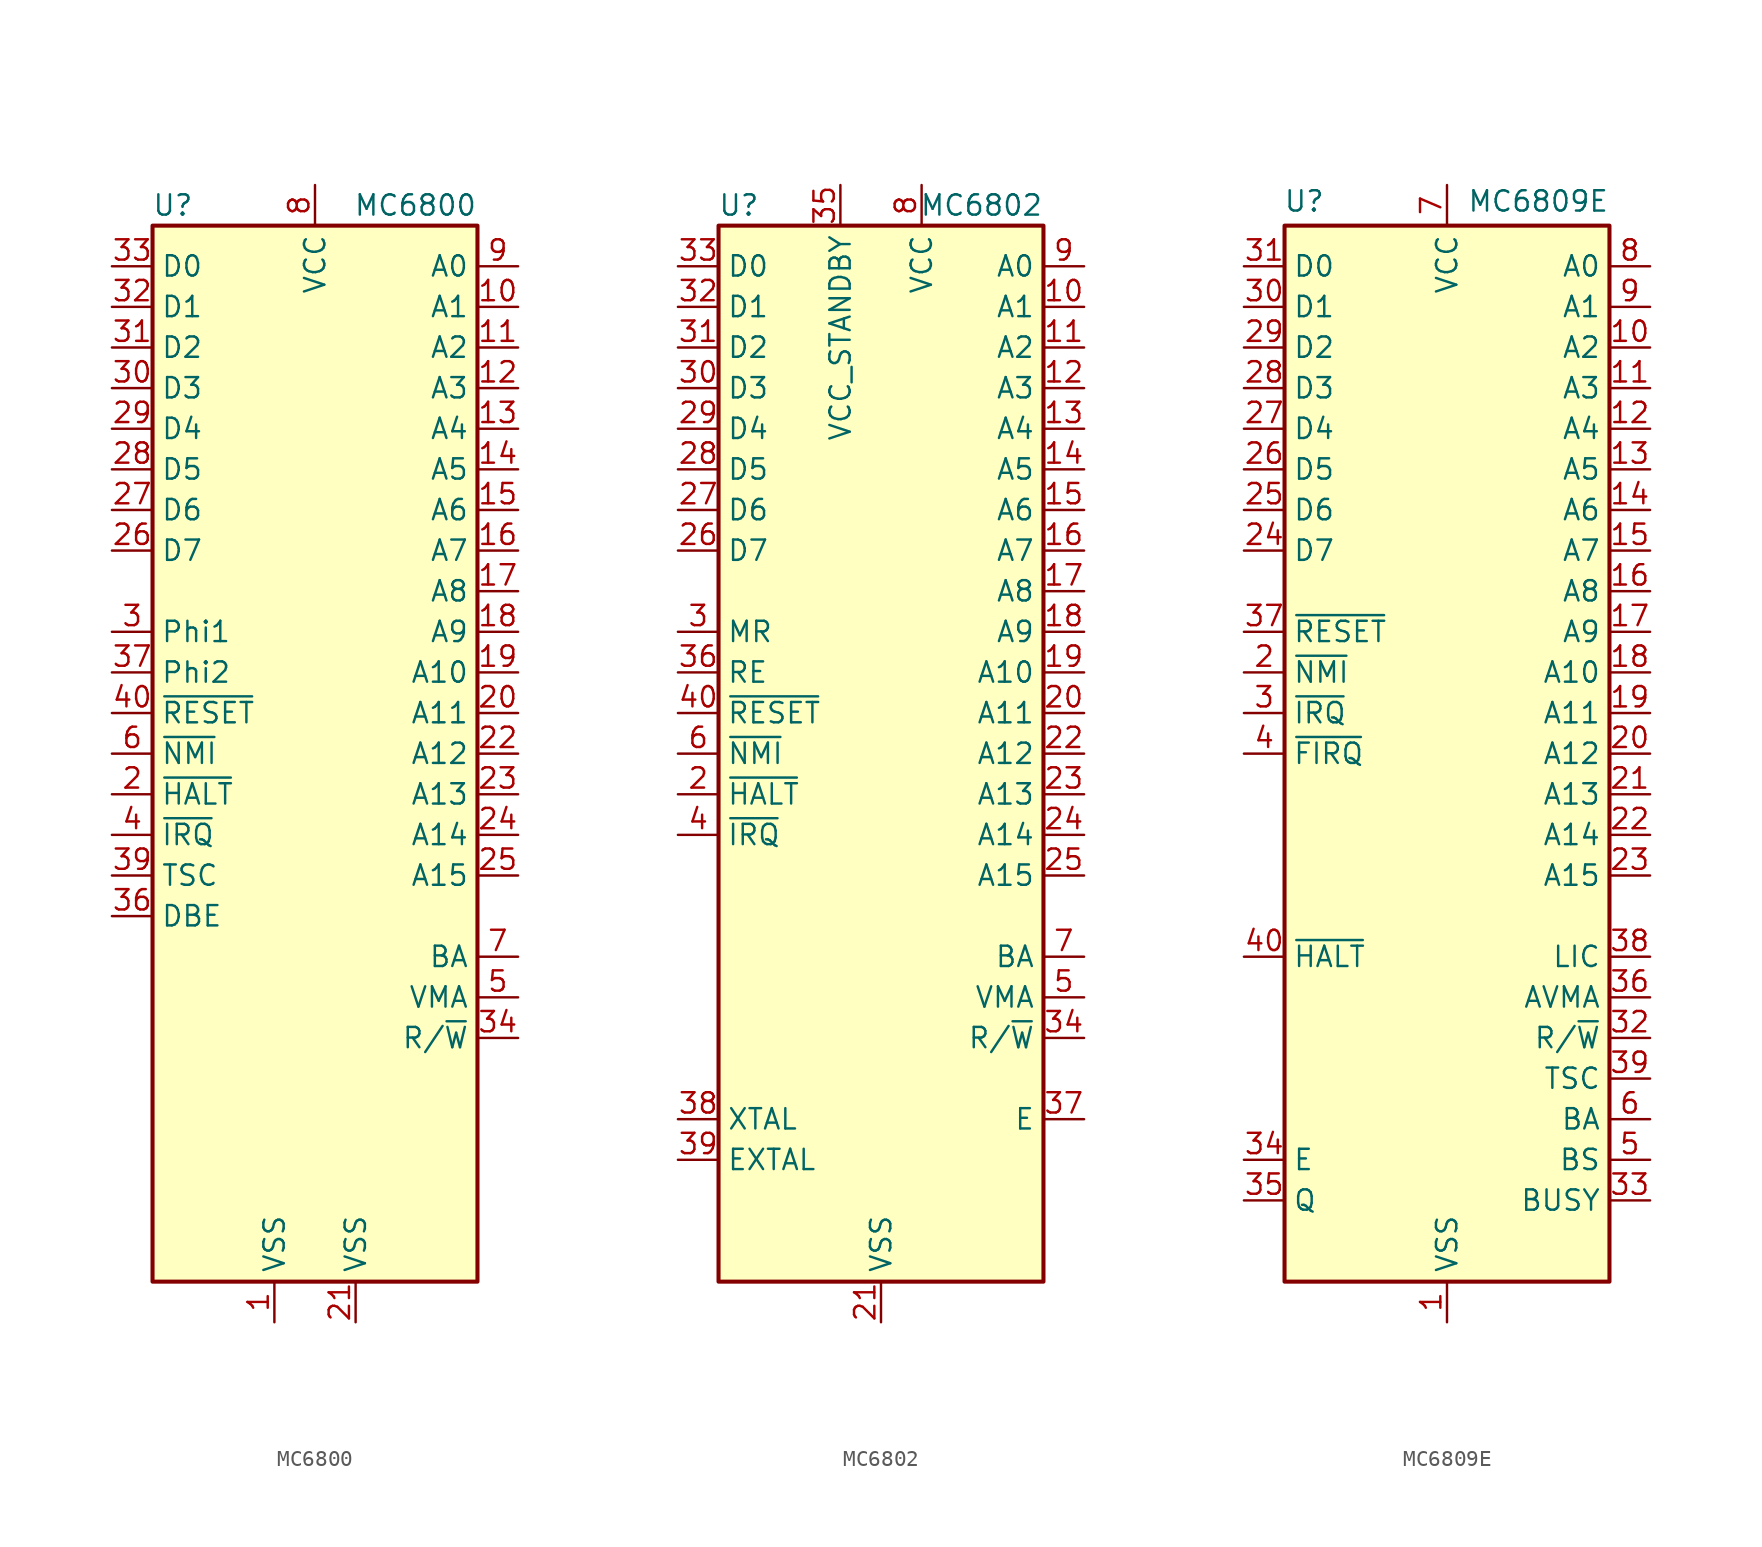
<source format=kicad_sym>
(kicad_symbol_lib
  (version 20201005)
  (generator kicad_symbol_editor)
  (symbol "CPU_NXP_6800:MC6800"
    (property "Reference" "U"
      (at -8.89 34.29 0)
      (effects (font (size 1.27 1.27))))
    (property "Value" "MC6800"
      (at 10.16 34.29 0)
      (effects (font (size 1.27 1.27)) (justify right)))
    (symbol "MC6800_0_1"
      (rectangle (start -10.16 -33.02) (end 10.16 33.02) (stroke (width 0.254)) (fill (type background))))
    (symbol "MC6800_1_1"
      (pin power_in line (at -2.54 -35.56 90) (length 2.54) (name "VSS" (effects (font (size 1.27 1.27)))) (number "1" (effects (font (size 1.27 1.27)))))
      (pin output line (at 12.7 27.94 180) (length 2.54) (name "A1" (effects (font (size 1.27 1.27)))) (number "10" (effects (font (size 1.27 1.27)))))
      (pin output line (at 12.7 25.4 180) (length 2.54) (name "A2" (effects (font (size 1.27 1.27)))) (number "11" (effects (font (size 1.27 1.27)))))
      (pin output line (at 12.7 22.86 180) (length 2.54) (name "A3" (effects (font (size 1.27 1.27)))) (number "12" (effects (font (size 1.27 1.27)))))
      (pin output line (at 12.7 20.32 180) (length 2.54) (name "A4" (effects (font (size 1.27 1.27)))) (number "13" (effects (font (size 1.27 1.27)))))
      (pin output line (at 12.7 17.78 180) (length 2.54) (name "A5" (effects (font (size 1.27 1.27)))) (number "14" (effects (font (size 1.27 1.27)))))
      (pin output line (at 12.7 15.24 180) (length 2.54) (name "A6" (effects (font (size 1.27 1.27)))) (number "15" (effects (font (size 1.27 1.27)))))
      (pin output line (at 12.7 12.7 180) (length 2.54) (name "A7" (effects (font (size 1.27 1.27)))) (number "16" (effects (font (size 1.27 1.27)))))
      (pin output line (at 12.7 10.16 180) (length 2.54) (name "A8" (effects (font (size 1.27 1.27)))) (number "17" (effects (font (size 1.27 1.27)))))
      (pin output line (at 12.7 7.62 180) (length 2.54) (name "A9" (effects (font (size 1.27 1.27)))) (number "18" (effects (font (size 1.27 1.27)))))
      (pin output line (at 12.7 5.08 180) (length 2.54) (name "A10" (effects (font (size 1.27 1.27)))) (number "19" (effects (font (size 1.27 1.27)))))
      (pin input line (at -12.7 -2.54 0) (length 2.54) (name "~HALT" (effects (font (size 1.27 1.27)))) (number "2" (effects (font (size 1.27 1.27)))))
      (pin output line (at 12.7 2.54 180) (length 2.54) (name "A11" (effects (font (size 1.27 1.27)))) (number "20" (effects (font (size 1.27 1.27)))))
      (pin power_in line (at 2.54 -35.56 90) (length 2.54) (name "VSS" (effects (font (size 1.27 1.27)))) (number "21" (effects (font (size 1.27 1.27)))))
      (pin output line (at 12.7 0 180) (length 2.54) (name "A12" (effects (font (size 1.27 1.27)))) (number "22" (effects (font (size 1.27 1.27)))))
      (pin output line (at 12.7 -2.54 180) (length 2.54) (name "A13" (effects (font (size 1.27 1.27)))) (number "23" (effects (font (size 1.27 1.27)))))
      (pin output line (at 12.7 -5.08 180) (length 2.54) (name "A14" (effects (font (size 1.27 1.27)))) (number "24" (effects (font (size 1.27 1.27)))))
      (pin output line (at 12.7 -7.62 180) (length 2.54) (name "A15" (effects (font (size 1.27 1.27)))) (number "25" (effects (font (size 1.27 1.27)))))
      (pin bidirectional line (at -12.7 12.7 0) (length 2.54) (name "D7" (effects (font (size 1.27 1.27)))) (number "26" (effects (font (size 1.27 1.27)))))
      (pin bidirectional line (at -12.7 15.24 0) (length 2.54) (name "D6" (effects (font (size 1.27 1.27)))) (number "27" (effects (font (size 1.27 1.27)))))
      (pin bidirectional line (at -12.7 17.78 0) (length 2.54) (name "D5" (effects (font (size 1.27 1.27)))) (number "28" (effects (font (size 1.27 1.27)))))
      (pin bidirectional line (at -12.7 20.32 0) (length 2.54) (name "D4" (effects (font (size 1.27 1.27)))) (number "29" (effects (font (size 1.27 1.27)))))
      (pin input line (at -12.7 7.62 0) (length 2.54) (name "Phi1" (effects (font (size 1.27 1.27)))) (number "3" (effects (font (size 1.27 1.27)))))
      (pin bidirectional line (at -12.7 22.86 0) (length 2.54) (name "D3" (effects (font (size 1.27 1.27)))) (number "30" (effects (font (size 1.27 1.27)))))
      (pin bidirectional line (at -12.7 25.4 0) (length 2.54) (name "D2" (effects (font (size 1.27 1.27)))) (number "31" (effects (font (size 1.27 1.27)))))
      (pin bidirectional line (at -12.7 27.94 0) (length 2.54) (name "D1" (effects (font (size 1.27 1.27)))) (number "32" (effects (font (size 1.27 1.27)))))
      (pin bidirectional line (at -12.7 30.48 0) (length 2.54) (name "D0" (effects (font (size 1.27 1.27)))) (number "33" (effects (font (size 1.27 1.27)))))
      (pin output line (at 12.7 -17.78 180) (length 2.54) (name "R/~W" (effects (font (size 1.27 1.27)))) (number "34" (effects (font (size 1.27 1.27)))))
      (pin no_connect line (at -10.16 -25.4 0) (length 2.54) hide (name "N.C." (effects (font (size 1.27 1.27)))) (number "35" (effects (font (size 1.27 1.27)))))
      (pin input line (at -12.7 -10.16 0) (length 2.54) (name "DBE" (effects (font (size 1.27 1.27)))) (number "36" (effects (font (size 1.27 1.27)))))
      (pin input line (at -12.7 5.08 0) (length 2.54) (name "Phi2" (effects (font (size 1.27 1.27)))) (number "37" (effects (font (size 1.27 1.27)))))
      (pin no_connect line (at -10.16 -22.86 0) (length 2.54) hide (name "N.C." (effects (font (size 1.27 1.27)))) (number "38" (effects (font (size 1.27 1.27)))))
      (pin input line (at -12.7 -7.62 0) (length 2.54) (name "TSC" (effects (font (size 1.27 1.27)))) (number "39" (effects (font (size 1.27 1.27)))))
      (pin input line (at -12.7 -5.08 0) (length 2.54) (name "~IRQ" (effects (font (size 1.27 1.27)))) (number "4" (effects (font (size 1.27 1.27)))))
      (pin input line (at -12.7 2.54 0) (length 2.54) (name "~RESET" (effects (font (size 1.27 1.27)))) (number "40" (effects (font (size 1.27 1.27)))))
      (pin output line (at 12.7 -15.24 180) (length 2.54) (name "VMA" (effects (font (size 1.27 1.27)))) (number "5" (effects (font (size 1.27 1.27)))))
      (pin input line (at -12.7 0 0) (length 2.54) (name "~NMI" (effects (font (size 1.27 1.27)))) (number "6" (effects (font (size 1.27 1.27)))))
      (pin output line (at 12.7 -12.7 180) (length 2.54) (name "BA" (effects (font (size 1.27 1.27)))) (number "7" (effects (font (size 1.27 1.27)))))
      (pin power_in line (at 0 35.56 270) (length 2.54) (name "VCC" (effects (font (size 1.27 1.27)))) (number "8" (effects (font (size 1.27 1.27)))))
      (pin output line (at 12.7 30.48 180) (length 2.54) (name "A0" (effects (font (size 1.27 1.27)))) (number "9" (effects (font (size 1.27 1.27)))))))
  (symbol "CPU_NXP_6800:MC6802"
    (property "Reference" "U"
      (at -8.89 34.29 0)
      (effects (font (size 1.27 1.27))))
    (property "Value" "MC6802"
      (at 10.16 34.29 0)
      (effects (font (size 1.27 1.27)) (justify right)))
    (symbol "MC6802_0_1"
      (rectangle (start -10.16 -33.02) (end 10.16 33.02) (stroke (width 0.254)) (fill (type background))))
    (symbol "MC6802_1_1"
      (pin passive line (at 0 -35.56 90) (length 2.54) hide (name "VSS" (effects (font (size 1.27 1.27)))) (number "1" (effects (font (size 1.27 1.27)))))
      (pin output line (at 12.7 27.94 180) (length 2.54) (name "A1" (effects (font (size 1.27 1.27)))) (number "10" (effects (font (size 1.27 1.27)))))
      (pin output line (at 12.7 25.4 180) (length 2.54) (name "A2" (effects (font (size 1.27 1.27)))) (number "11" (effects (font (size 1.27 1.27)))))
      (pin output line (at 12.7 22.86 180) (length 2.54) (name "A3" (effects (font (size 1.27 1.27)))) (number "12" (effects (font (size 1.27 1.27)))))
      (pin output line (at 12.7 20.32 180) (length 2.54) (name "A4" (effects (font (size 1.27 1.27)))) (number "13" (effects (font (size 1.27 1.27)))))
      (pin output line (at 12.7 17.78 180) (length 2.54) (name "A5" (effects (font (size 1.27 1.27)))) (number "14" (effects (font (size 1.27 1.27)))))
      (pin output line (at 12.7 15.24 180) (length 2.54) (name "A6" (effects (font (size 1.27 1.27)))) (number "15" (effects (font (size 1.27 1.27)))))
      (pin output line (at 12.7 12.7 180) (length 2.54) (name "A7" (effects (font (size 1.27 1.27)))) (number "16" (effects (font (size 1.27 1.27)))))
      (pin output line (at 12.7 10.16 180) (length 2.54) (name "A8" (effects (font (size 1.27 1.27)))) (number "17" (effects (font (size 1.27 1.27)))))
      (pin output line (at 12.7 7.62 180) (length 2.54) (name "A9" (effects (font (size 1.27 1.27)))) (number "18" (effects (font (size 1.27 1.27)))))
      (pin output line (at 12.7 5.08 180) (length 2.54) (name "A10" (effects (font (size 1.27 1.27)))) (number "19" (effects (font (size 1.27 1.27)))))
      (pin input line (at -12.7 -2.54 0) (length 2.54) (name "~HALT" (effects (font (size 1.27 1.27)))) (number "2" (effects (font (size 1.27 1.27)))))
      (pin output line (at 12.7 2.54 180) (length 2.54) (name "A11" (effects (font (size 1.27 1.27)))) (number "20" (effects (font (size 1.27 1.27)))))
      (pin power_in line (at 0 -35.56 90) (length 2.54) (name "VSS" (effects (font (size 1.27 1.27)))) (number "21" (effects (font (size 1.27 1.27)))))
      (pin output line (at 12.7 0 180) (length 2.54) (name "A12" (effects (font (size 1.27 1.27)))) (number "22" (effects (font (size 1.27 1.27)))))
      (pin output line (at 12.7 -2.54 180) (length 2.54) (name "A13" (effects (font (size 1.27 1.27)))) (number "23" (effects (font (size 1.27 1.27)))))
      (pin output line (at 12.7 -5.08 180) (length 2.54) (name "A14" (effects (font (size 1.27 1.27)))) (number "24" (effects (font (size 1.27 1.27)))))
      (pin output line (at 12.7 -7.62 180) (length 2.54) (name "A15" (effects (font (size 1.27 1.27)))) (number "25" (effects (font (size 1.27 1.27)))))
      (pin bidirectional line (at -12.7 12.7 0) (length 2.54) (name "D7" (effects (font (size 1.27 1.27)))) (number "26" (effects (font (size 1.27 1.27)))))
      (pin bidirectional line (at -12.7 15.24 0) (length 2.54) (name "D6" (effects (font (size 1.27 1.27)))) (number "27" (effects (font (size 1.27 1.27)))))
      (pin bidirectional line (at -12.7 17.78 0) (length 2.54) (name "D5" (effects (font (size 1.27 1.27)))) (number "28" (effects (font (size 1.27 1.27)))))
      (pin bidirectional line (at -12.7 20.32 0) (length 2.54) (name "D4" (effects (font (size 1.27 1.27)))) (number "29" (effects (font (size 1.27 1.27)))))
      (pin input line (at -12.7 7.62 0) (length 2.54) (name "MR" (effects (font (size 1.27 1.27)))) (number "3" (effects (font (size 1.27 1.27)))))
      (pin bidirectional line (at -12.7 22.86 0) (length 2.54) (name "D3" (effects (font (size 1.27 1.27)))) (number "30" (effects (font (size 1.27 1.27)))))
      (pin bidirectional line (at -12.7 25.4 0) (length 2.54) (name "D2" (effects (font (size 1.27 1.27)))) (number "31" (effects (font (size 1.27 1.27)))))
      (pin bidirectional line (at -12.7 27.94 0) (length 2.54) (name "D1" (effects (font (size 1.27 1.27)))) (number "32" (effects (font (size 1.27 1.27)))))
      (pin bidirectional line (at -12.7 30.48 0) (length 2.54) (name "D0" (effects (font (size 1.27 1.27)))) (number "33" (effects (font (size 1.27 1.27)))))
      (pin output line (at 12.7 -17.78 180) (length 2.54) (name "R/~W" (effects (font (size 1.27 1.27)))) (number "34" (effects (font (size 1.27 1.27)))))
      (pin power_in line (at -2.54 35.56 270) (length 2.54) (name "VCC_STANDBY" (effects (font (size 1.27 1.27)))) (number "35" (effects (font (size 1.27 1.27)))))
      (pin input line (at -12.7 5.08 0) (length 2.54) (name "RE" (effects (font (size 1.27 1.27)))) (number "36" (effects (font (size 1.27 1.27)))))
      (pin output line (at 12.7 -22.86 180) (length 2.54) (name "E" (effects (font (size 1.27 1.27)))) (number "37" (effects (font (size 1.27 1.27)))))
      (pin passive line (at -12.7 -22.86 0) (length 2.54) (name "XTAL" (effects (font (size 1.27 1.27)))) (number "38" (effects (font (size 1.27 1.27)))))
      (pin passive line (at -12.7 -25.4 0) (length 2.54) (name "EXTAL" (effects (font (size 1.27 1.27)))) (number "39" (effects (font (size 1.27 1.27)))))
      (pin input line (at -12.7 -5.08 0) (length 2.54) (name "~IRQ" (effects (font (size 1.27 1.27)))) (number "4" (effects (font (size 1.27 1.27)))))
      (pin input line (at -12.7 2.54 0) (length 2.54) (name "~RESET" (effects (font (size 1.27 1.27)))) (number "40" (effects (font (size 1.27 1.27)))))
      (pin output line (at 12.7 -15.24 180) (length 2.54) (name "VMA" (effects (font (size 1.27 1.27)))) (number "5" (effects (font (size 1.27 1.27)))))
      (pin input line (at -12.7 0 0) (length 2.54) (name "~NMI" (effects (font (size 1.27 1.27)))) (number "6" (effects (font (size 1.27 1.27)))))
      (pin output line (at 12.7 -12.7 180) (length 2.54) (name "BA" (effects (font (size 1.27 1.27)))) (number "7" (effects (font (size 1.27 1.27)))))
      (pin power_in line (at 2.54 35.56 270) (length 2.54) (name "VCC" (effects (font (size 1.27 1.27)))) (number "8" (effects (font (size 1.27 1.27)))))
      (pin output line (at 12.7 30.48 180) (length 2.54) (name "A0" (effects (font (size 1.27 1.27)))) (number "9" (effects (font (size 1.27 1.27)))))))
  (symbol "CPU_NXP_6800:MC6809E"
    (property "Reference" "U"
      (at -7.62 34.544 0)
      (effects (font (size 1.27 1.27)) (justify right)))
    (property "Value" "MC6809E"
      (at 10.16 34.544 0)
      (effects (font (size 1.27 1.27)) (justify right)))
    (symbol "MC6809E_0_1"
      (rectangle (start -10.16 -33.02) (end 10.16 33.02) (stroke (width 0.254)) (fill (type background))))
    (symbol "MC6809E_1_1"
      (pin power_in line (at 0 -35.56 90) (length 2.54) (name "VSS" (effects (font (size 1.27 1.27)))) (number "1" (effects (font (size 1.27 1.27)))))
      (pin output line (at 12.7 25.4 180) (length 2.54) (name "A2" (effects (font (size 1.27 1.27)))) (number "10" (effects (font (size 1.27 1.27)))))
      (pin output line (at 12.7 22.86 180) (length 2.54) (name "A3" (effects (font (size 1.27 1.27)))) (number "11" (effects (font (size 1.27 1.27)))))
      (pin output line (at 12.7 20.32 180) (length 2.54) (name "A4" (effects (font (size 1.27 1.27)))) (number "12" (effects (font (size 1.27 1.27)))))
      (pin output line (at 12.7 17.78 180) (length 2.54) (name "A5" (effects (font (size 1.27 1.27)))) (number "13" (effects (font (size 1.27 1.27)))))
      (pin output line (at 12.7 15.24 180) (length 2.54) (name "A6" (effects (font (size 1.27 1.27)))) (number "14" (effects (font (size 1.27 1.27)))))
      (pin output line (at 12.7 12.7 180) (length 2.54) (name "A7" (effects (font (size 1.27 1.27)))) (number "15" (effects (font (size 1.27 1.27)))))
      (pin output line (at 12.7 10.16 180) (length 2.54) (name "A8" (effects (font (size 1.27 1.27)))) (number "16" (effects (font (size 1.27 1.27)))))
      (pin output line (at 12.7 7.62 180) (length 2.54) (name "A9" (effects (font (size 1.27 1.27)))) (number "17" (effects (font (size 1.27 1.27)))))
      (pin output line (at 12.7 5.08 180) (length 2.54) (name "A10" (effects (font (size 1.27 1.27)))) (number "18" (effects (font (size 1.27 1.27)))))
      (pin output line (at 12.7 2.54 180) (length 2.54) (name "A11" (effects (font (size 1.27 1.27)))) (number "19" (effects (font (size 1.27 1.27)))))
      (pin input line (at -12.7 5.08 0) (length 2.54) (name "~NMI" (effects (font (size 1.27 1.27)))) (number "2" (effects (font (size 1.27 1.27)))))
      (pin output line (at 12.7 0 180) (length 2.54) (name "A12" (effects (font (size 1.27 1.27)))) (number "20" (effects (font (size 1.27 1.27)))))
      (pin output line (at 12.7 -2.54 180) (length 2.54) (name "A13" (effects (font (size 1.27 1.27)))) (number "21" (effects (font (size 1.27 1.27)))))
      (pin output line (at 12.7 -5.08 180) (length 2.54) (name "A14" (effects (font (size 1.27 1.27)))) (number "22" (effects (font (size 1.27 1.27)))))
      (pin output line (at 12.7 -7.62 180) (length 2.54) (name "A15" (effects (font (size 1.27 1.27)))) (number "23" (effects (font (size 1.27 1.27)))))
      (pin bidirectional line (at -12.7 12.7 0) (length 2.54) (name "D7" (effects (font (size 1.27 1.27)))) (number "24" (effects (font (size 1.27 1.27)))))
      (pin bidirectional line (at -12.7 15.24 0) (length 2.54) (name "D6" (effects (font (size 1.27 1.27)))) (number "25" (effects (font (size 1.27 1.27)))))
      (pin bidirectional line (at -12.7 17.78 0) (length 2.54) (name "D5" (effects (font (size 1.27 1.27)))) (number "26" (effects (font (size 1.27 1.27)))))
      (pin bidirectional line (at -12.7 20.32 0) (length 2.54) (name "D4" (effects (font (size 1.27 1.27)))) (number "27" (effects (font (size 1.27 1.27)))))
      (pin bidirectional line (at -12.7 22.86 0) (length 2.54) (name "D3" (effects (font (size 1.27 1.27)))) (number "28" (effects (font (size 1.27 1.27)))))
      (pin bidirectional line (at -12.7 25.4 0) (length 2.54) (name "D2" (effects (font (size 1.27 1.27)))) (number "29" (effects (font (size 1.27 1.27)))))
      (pin input line (at -12.7 2.54 0) (length 2.54) (name "~IRQ" (effects (font (size 1.27 1.27)))) (number "3" (effects (font (size 1.27 1.27)))))
      (pin bidirectional line (at -12.7 27.94 0) (length 2.54) (name "D1" (effects (font (size 1.27 1.27)))) (number "30" (effects (font (size 1.27 1.27)))))
      (pin bidirectional line (at -12.7 30.48 0) (length 2.54) (name "D0" (effects (font (size 1.27 1.27)))) (number "31" (effects (font (size 1.27 1.27)))))
      (pin output line (at 12.7 -17.78 180) (length 2.54) (name "R/~W" (effects (font (size 1.27 1.27)))) (number "32" (effects (font (size 1.27 1.27)))))
      (pin output line (at 12.7 -27.94 180) (length 2.54) (name "BUSY" (effects (font (size 1.27 1.27)))) (number "33" (effects (font (size 1.27 1.27)))))
      (pin input line (at -12.7 -25.4 0) (length 2.54) (name "E" (effects (font (size 1.27 1.27)))) (number "34" (effects (font (size 1.27 1.27)))))
      (pin input line (at -12.7 -27.94 0) (length 2.54) (name "Q" (effects (font (size 1.27 1.27)))) (number "35" (effects (font (size 1.27 1.27)))))
      (pin output line (at 12.7 -15.24 180) (length 2.54) (name "AVMA" (effects (font (size 1.27 1.27)))) (number "36" (effects (font (size 1.27 1.27)))))
      (pin input line (at -12.7 7.62 0) (length 2.54) (name "~RESET" (effects (font (size 1.27 1.27)))) (number "37" (effects (font (size 1.27 1.27)))))
      (pin output line (at 12.7 -12.7 180) (length 2.54) (name "LIC" (effects (font (size 1.27 1.27)))) (number "38" (effects (font (size 1.27 1.27)))))
      (pin output line (at 12.7 -20.32 180) (length 2.54) (name "TSC" (effects (font (size 1.27 1.27)))) (number "39" (effects (font (size 1.27 1.27)))))
      (pin input line (at -12.7 0 0) (length 2.54) (name "~FIRQ" (effects (font (size 1.27 1.27)))) (number "4" (effects (font (size 1.27 1.27)))))
      (pin input line (at -12.7 -12.7 0) (length 2.54) (name "~HALT" (effects (font (size 1.27 1.27)))) (number "40" (effects (font (size 1.27 1.27)))))
      (pin output line (at 12.7 -25.4 180) (length 2.54) (name "BS" (effects (font (size 1.27 1.27)))) (number "5" (effects (font (size 1.27 1.27)))))
      (pin output line (at 12.7 -22.86 180) (length 2.54) (name "BA" (effects (font (size 1.27 1.27)))) (number "6" (effects (font (size 1.27 1.27)))))
      (pin power_in line (at 0 35.56 270) (length 2.54) (name "VCC" (effects (font (size 1.27 1.27)))) (number "7" (effects (font (size 1.27 1.27)))))
      (pin output line (at 12.7 30.48 180) (length 2.54) (name "A0" (effects (font (size 1.27 1.27)))) (number "8" (effects (font (size 1.27 1.27)))))
      (pin output line (at 12.7 27.94 180) (length 2.54) (name "A1" (effects (font (size 1.27 1.27)))) (number "9" (effects (font (size 1.27 1.27))))))))
</source>
